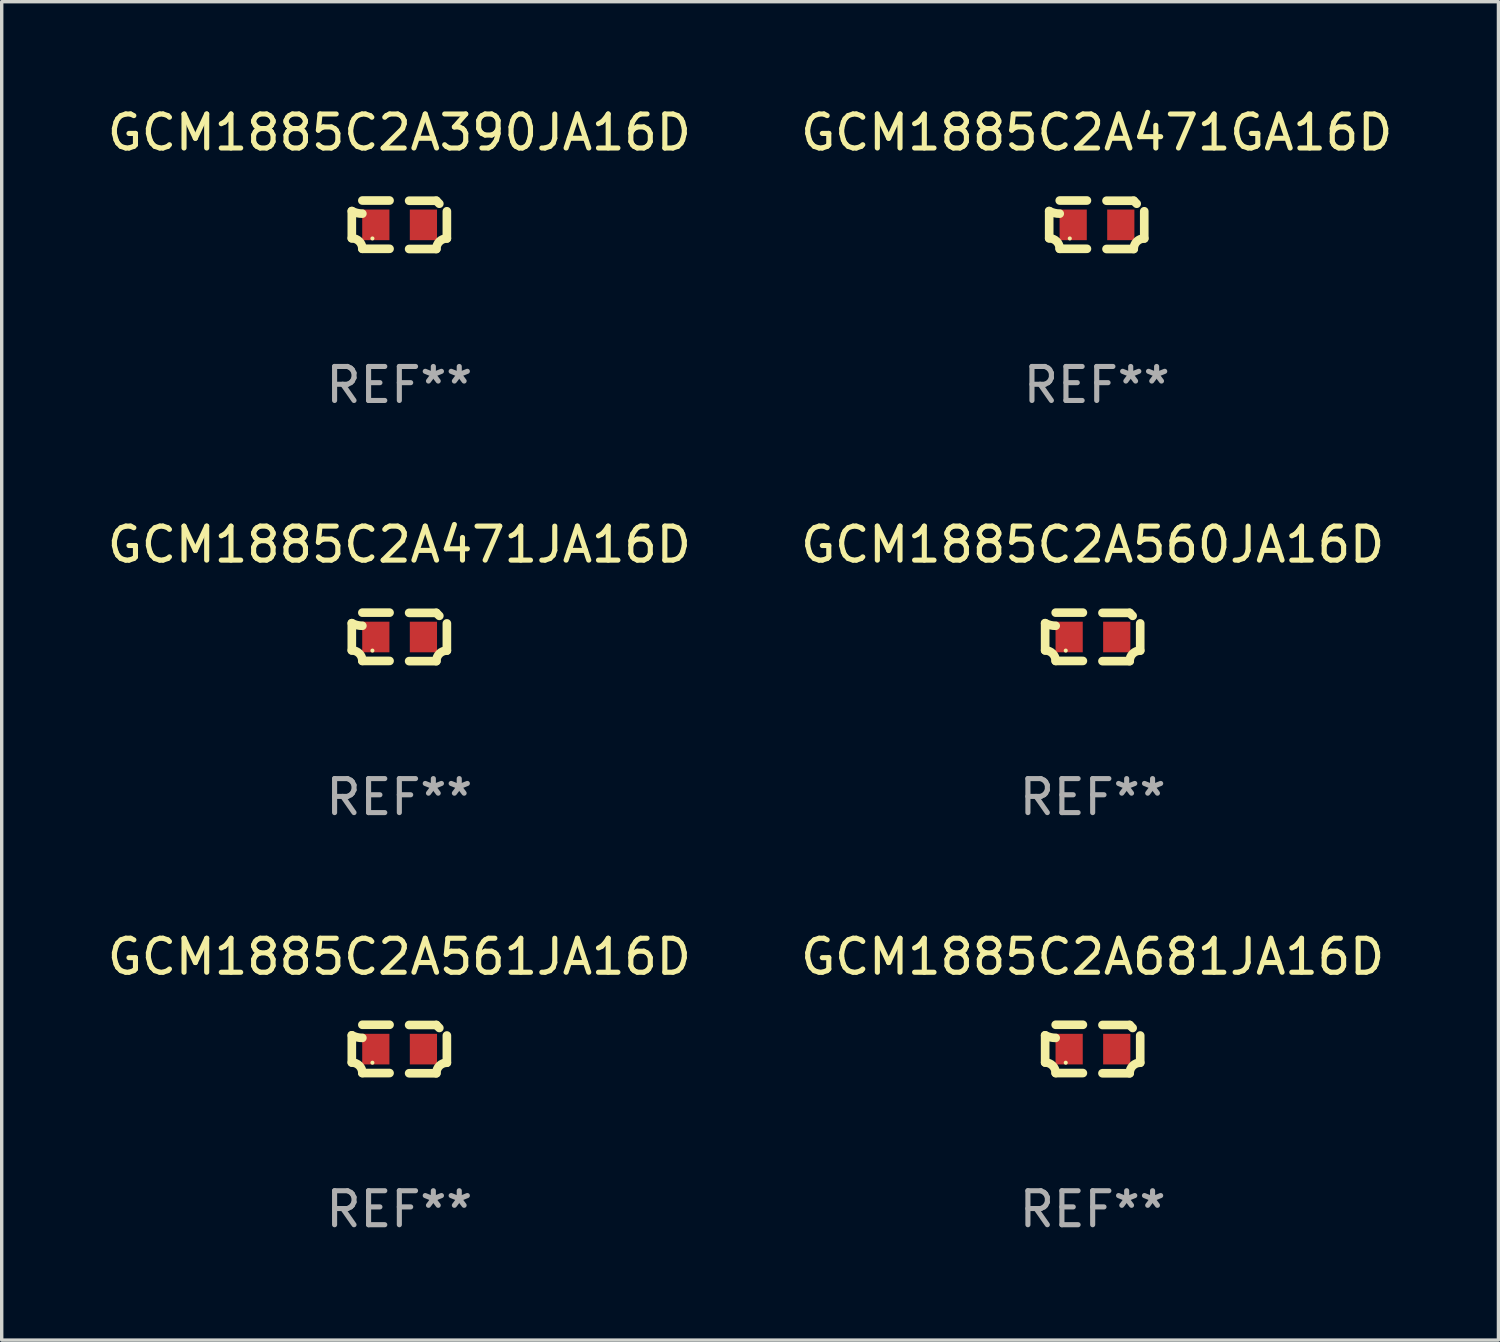
<source format=kicad_pcb>
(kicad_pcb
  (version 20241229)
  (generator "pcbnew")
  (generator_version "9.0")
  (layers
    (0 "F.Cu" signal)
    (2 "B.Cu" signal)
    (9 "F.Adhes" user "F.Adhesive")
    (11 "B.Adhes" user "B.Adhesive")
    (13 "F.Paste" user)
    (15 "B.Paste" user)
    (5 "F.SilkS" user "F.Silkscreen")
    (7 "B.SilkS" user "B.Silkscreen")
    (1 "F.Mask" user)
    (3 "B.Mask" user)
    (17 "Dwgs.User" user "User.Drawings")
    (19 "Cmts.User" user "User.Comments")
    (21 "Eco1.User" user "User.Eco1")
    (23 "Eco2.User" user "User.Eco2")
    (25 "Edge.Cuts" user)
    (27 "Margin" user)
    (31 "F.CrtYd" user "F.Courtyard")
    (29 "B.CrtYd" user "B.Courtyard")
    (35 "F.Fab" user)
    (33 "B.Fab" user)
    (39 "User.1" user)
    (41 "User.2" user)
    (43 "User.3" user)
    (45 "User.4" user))
  (footprint "GCM1885C2A560JA16D"
    (layer "F.Cu")
    (at 29.089 15.683)
    (property "Reference" "GCM1885C2A560JA16D" (at 0 -2.713 0) (layer "F.SilkS") (effects (font (size 1 1) (thickness 0.15))))
    (attr through_hole)
    (fp_line (start -1.398 -0.403) (end -1.398 0.397) (stroke (width 0.254) (type solid)) (layer "F.SilkS"))
    (fp_line (start -0.288 -0.713) (end -1.088 -0.713) (stroke (width 0.254) (type solid)) (layer "F.SilkS"))
    (fp_line (start -0.288 0.707) (end -1.088 0.707) (stroke (width 0.254) (type solid)) (layer "F.SilkS"))
    (fp_line (start 0.288 -0.707) (end 1.088 -0.707) (stroke (width 0.254) (type solid)) (layer "F.SilkS"))
    (fp_line (start 0.288 0.713) (end 1.088 0.713) (stroke (width 0.254) (type solid)) (layer "F.SilkS"))
    (fp_line (start 1.398 -0.397) (end 1.398 0.403) (stroke (width 0.254) (type solid)) (layer "F.SilkS"))
    (fp_arc (start -1.397789 0.397066) (mid -1.178701 0.487826) (end -1.08796 0.706922) (stroke (width 0.254001) (type solid)) (layer "F.SilkS"))
    (fp_arc (start -1.08796 -0.327176) (mid -1.247436 -0.346384) (end -1.39779 -0.402908) (stroke (width 0.254001) (type solid)) (layer "F.SilkS"))
    (fp_arc (start 1.087909 0.712738) (mid 1.178656 0.493655) (end 1.397739 0.402908) (stroke (width 0.254001) (type solid)) (layer "F.SilkS"))
    (fp_arc (start 1.175925 -0.618926) (mid 1.131917 -0.662923) (end 1.08791 -0.706922) (stroke (width 0.254001) (type solid)) (layer "F.SilkS"))
    (fp_circle (center -0.792 0.403) (end -0.762 0.403) (stroke (width 0.06) (type solid)) (fill no) (layer "F.SilkS"))
    (fp_text user "REF**" (at 0 4.713 0) (layer "F.Fab") (effects (font (size 1 1) (thickness 0.15))))
    (pad "1" smd rect (at -0.692 0.003) (size 0.8 0.9) (layers "F.Cu" "F.Mask" "F.Paste"))
    (pad "2" smd rect (at 0.708 0.003) (size 0.8 0.9) (layers "F.Cu" "F.Mask" "F.Paste")))
  (footprint "GCM1885C2A471JA16D"
    (layer "F.Cu")
    (at 8.696 15.683)
    (property "Reference" "GCM1885C2A471JA16D" (at 0 -2.713 0) (layer "F.SilkS") (effects (font (size 1 1) (thickness 0.15))))
    (attr through_hole)
    (fp_line (start -1.398 -0.403) (end -1.398 0.397) (stroke (width 0.254) (type solid)) (layer "F.SilkS"))
    (fp_line (start -0.288 -0.713) (end -1.088 -0.713) (stroke (width 0.254) (type solid)) (layer "F.SilkS"))
    (fp_line (start -0.288 0.707) (end -1.088 0.707) (stroke (width 0.254) (type solid)) (layer "F.SilkS"))
    (fp_line (start 0.288 -0.707) (end 1.088 -0.707) (stroke (width 0.254) (type solid)) (layer "F.SilkS"))
    (fp_line (start 0.288 0.713) (end 1.088 0.713) (stroke (width 0.254) (type solid)) (layer "F.SilkS"))
    (fp_line (start 1.398 -0.397) (end 1.398 0.403) (stroke (width 0.254) (type solid)) (layer "F.SilkS"))
    (fp_arc (start -1.397789 0.397066) (mid -1.178701 0.487826) (end -1.08796 0.706922) (stroke (width 0.254001) (type solid)) (layer "F.SilkS"))
    (fp_arc (start -1.08796 -0.327176) (mid -1.247436 -0.346384) (end -1.39779 -0.402908) (stroke (width 0.254001) (type solid)) (layer "F.SilkS"))
    (fp_arc (start 1.087909 0.712738) (mid 1.178656 0.493655) (end 1.397739 0.402908) (stroke (width 0.254001) (type solid)) (layer "F.SilkS"))
    (fp_arc (start 1.175925 -0.618926) (mid 1.131917 -0.662923) (end 1.08791 -0.706922) (stroke (width 0.254001) (type solid)) (layer "F.SilkS"))
    (fp_circle (center -0.792 0.403) (end -0.762 0.403) (stroke (width 0.06) (type solid)) (fill no) (layer "F.SilkS"))
    (fp_text user "REF**" (at 0 4.713 0) (layer "F.Fab") (effects (font (size 1 1) (thickness 0.15))))
    (pad "1" smd rect (at -0.692 0.003) (size 0.8 0.9) (layers "F.Cu" "F.Mask" "F.Paste"))
    (pad "2" smd rect (at 0.708 0.003) (size 0.8 0.9) (layers "F.Cu" "F.Mask" "F.Paste")))
  (footprint "GCM1885C2A561JA16D"
    (layer "F.Cu")
    (at 8.696 27.805)
    (property "Reference" "GCM1885C2A561JA16D" (at 0 -2.713 0) (layer "F.SilkS") (effects (font (size 1 1) (thickness 0.15))))
    (attr through_hole)
    (fp_line (start -1.398 -0.403) (end -1.398 0.397) (stroke (width 0.254) (type solid)) (layer "F.SilkS"))
    (fp_line (start -0.288 -0.713) (end -1.088 -0.713) (stroke (width 0.254) (type solid)) (layer "F.SilkS"))
    (fp_line (start -0.288 0.707) (end -1.088 0.707) (stroke (width 0.254) (type solid)) (layer "F.SilkS"))
    (fp_line (start 0.288 -0.707) (end 1.088 -0.707) (stroke (width 0.254) (type solid)) (layer "F.SilkS"))
    (fp_line (start 0.288 0.713) (end 1.088 0.713) (stroke (width 0.254) (type solid)) (layer "F.SilkS"))
    (fp_line (start 1.398 -0.397) (end 1.398 0.403) (stroke (width 0.254) (type solid)) (layer "F.SilkS"))
    (fp_arc (start -1.397789 0.397066) (mid -1.178701 0.487826) (end -1.08796 0.706922) (stroke (width 0.254001) (type solid)) (layer "F.SilkS"))
    (fp_arc (start -1.08796 -0.327176) (mid -1.247436 -0.346384) (end -1.39779 -0.402908) (stroke (width 0.254001) (type solid)) (layer "F.SilkS"))
    (fp_arc (start 1.087909 0.712738) (mid 1.178656 0.493655) (end 1.397739 0.402908) (stroke (width 0.254001) (type solid)) (layer "F.SilkS"))
    (fp_arc (start 1.175925 -0.618926) (mid 1.131917 -0.662923) (end 1.08791 -0.706922) (stroke (width 0.254001) (type solid)) (layer "F.SilkS"))
    (fp_circle (center -0.792 0.403) (end -0.762 0.403) (stroke (width 0.06) (type solid)) (fill no) (layer "F.SilkS"))
    (fp_text user "REF**" (at 0 4.713 0) (layer "F.Fab") (effects (font (size 1 1) (thickness 0.15))))
    (pad "1" smd rect (at -0.692 0.003) (size 0.8 0.9) (layers "F.Cu" "F.Mask" "F.Paste"))
    (pad "2" smd rect (at 0.708 0.003) (size 0.8 0.9) (layers "F.Cu" "F.Mask" "F.Paste")))
  (footprint "GCM1885C2A390JA16D"
    (layer "F.Cu")
    (at 8.696 3.561)
    (property "Reference" "GCM1885C2A390JA16D" (at 0 -2.713 0) (layer "F.SilkS") (effects (font (size 1 1) (thickness 0.15))))
    (attr through_hole)
    (fp_line (start -1.398 -0.403) (end -1.398 0.397) (stroke (width 0.254) (type solid)) (layer "F.SilkS"))
    (fp_line (start -0.288 -0.713) (end -1.088 -0.713) (stroke (width 0.254) (type solid)) (layer "F.SilkS"))
    (fp_line (start -0.288 0.707) (end -1.088 0.707) (stroke (width 0.254) (type solid)) (layer "F.SilkS"))
    (fp_line (start 0.288 -0.707) (end 1.088 -0.707) (stroke (width 0.254) (type solid)) (layer "F.SilkS"))
    (fp_line (start 0.288 0.713) (end 1.088 0.713) (stroke (width 0.254) (type solid)) (layer "F.SilkS"))
    (fp_line (start 1.398 -0.397) (end 1.398 0.403) (stroke (width 0.254) (type solid)) (layer "F.SilkS"))
    (fp_arc (start -1.397789 0.397066) (mid -1.178701 0.487826) (end -1.08796 0.706922) (stroke (width 0.254001) (type solid)) (layer "F.SilkS"))
    (fp_arc (start -1.08796 -0.327176) (mid -1.247436 -0.346384) (end -1.39779 -0.402908) (stroke (width 0.254001) (type solid)) (layer "F.SilkS"))
    (fp_arc (start 1.087909 0.712738) (mid 1.178656 0.493655) (end 1.397739 0.402908) (stroke (width 0.254001) (type solid)) (layer "F.SilkS"))
    (fp_arc (start 1.175925 -0.618926) (mid 1.131917 -0.662923) (end 1.08791 -0.706922) (stroke (width 0.254001) (type solid)) (layer "F.SilkS"))
    (fp_circle (center -0.792 0.403) (end -0.762 0.403) (stroke (width 0.06) (type solid)) (fill no) (layer "F.SilkS"))
    (fp_text user "REF**" (at 0 4.713 0) (layer "F.Fab") (effects (font (size 1 1) (thickness 0.15))))
    (pad "1" smd rect (at -0.692 0.003) (size 0.8 0.9) (layers "F.Cu" "F.Mask" "F.Paste"))
    (pad "2" smd rect (at 0.708 0.003) (size 0.8 0.9) (layers "F.Cu" "F.Mask" "F.Paste")))
  (footprint "GCM1885C2A471GA16D"
    (layer "F.Cu")
    (at 29.208 3.561)
    (property "Reference" "GCM1885C2A471GA16D" (at 0 -2.713 0) (layer "F.SilkS") (effects (font (size 1 1) (thickness 0.15))))
    (attr through_hole)
    (fp_line (start -1.398 -0.403) (end -1.398 0.397) (stroke (width 0.254) (type solid)) (layer "F.SilkS"))
    (fp_line (start -0.288 -0.713) (end -1.088 -0.713) (stroke (width 0.254) (type solid)) (layer "F.SilkS"))
    (fp_line (start -0.288 0.707) (end -1.088 0.707) (stroke (width 0.254) (type solid)) (layer "F.SilkS"))
    (fp_line (start 0.288 -0.707) (end 1.088 -0.707) (stroke (width 0.254) (type solid)) (layer "F.SilkS"))
    (fp_line (start 0.288 0.713) (end 1.088 0.713) (stroke (width 0.254) (type solid)) (layer "F.SilkS"))
    (fp_line (start 1.398 -0.397) (end 1.398 0.403) (stroke (width 0.254) (type solid)) (layer "F.SilkS"))
    (fp_arc (start -1.397789 0.397066) (mid -1.178701 0.487826) (end -1.08796 0.706922) (stroke (width 0.254001) (type solid)) (layer "F.SilkS"))
    (fp_arc (start -1.08796 -0.327176) (mid -1.247436 -0.346384) (end -1.39779 -0.402908) (stroke (width 0.254001) (type solid)) (layer "F.SilkS"))
    (fp_arc (start 1.087909 0.712738) (mid 1.178656 0.493655) (end 1.397739 0.402908) (stroke (width 0.254001) (type solid)) (layer "F.SilkS"))
    (fp_arc (start 1.175925 -0.618926) (mid 1.131917 -0.662923) (end 1.08791 -0.706922) (stroke (width 0.254001) (type solid)) (layer "F.SilkS"))
    (fp_circle (center -0.792 0.403) (end -0.762 0.403) (stroke (width 0.06) (type solid)) (fill no) (layer "F.SilkS"))
    (fp_text user "REF**" (at 0 4.713 0) (layer "F.Fab") (effects (font (size 1 1) (thickness 0.15))))
    (pad "1" smd rect (at -0.692 0.003) (size 0.8 0.9) (layers "F.Cu" "F.Mask" "F.Paste"))
    (pad "2" smd rect (at 0.708 0.003) (size 0.8 0.9) (layers "F.Cu" "F.Mask" "F.Paste")))
  (footprint "GCM1885C2A681JA16D"
    (layer "F.Cu")
    (at 29.089 27.805)
    (property "Reference" "GCM1885C2A681JA16D" (at 0 -2.713 0) (layer "F.SilkS") (effects (font (size 1 1) (thickness 0.15))))
    (attr through_hole)
    (fp_line (start -1.398 -0.403) (end -1.398 0.397) (stroke (width 0.254) (type solid)) (layer "F.SilkS"))
    (fp_line (start -0.288 -0.713) (end -1.088 -0.713) (stroke (width 0.254) (type solid)) (layer "F.SilkS"))
    (fp_line (start -0.288 0.707) (end -1.088 0.707) (stroke (width 0.254) (type solid)) (layer "F.SilkS"))
    (fp_line (start 0.288 -0.707) (end 1.088 -0.707) (stroke (width 0.254) (type solid)) (layer "F.SilkS"))
    (fp_line (start 0.288 0.713) (end 1.088 0.713) (stroke (width 0.254) (type solid)) (layer "F.SilkS"))
    (fp_line (start 1.398 -0.397) (end 1.398 0.403) (stroke (width 0.254) (type solid)) (layer "F.SilkS"))
    (fp_arc (start -1.397789 0.397066) (mid -1.178701 0.487826) (end -1.08796 0.706922) (stroke (width 0.254001) (type solid)) (layer "F.SilkS"))
    (fp_arc (start -1.08796 -0.327176) (mid -1.247436 -0.346384) (end -1.39779 -0.402908) (stroke (width 0.254001) (type solid)) (layer "F.SilkS"))
    (fp_arc (start 1.087909 0.712738) (mid 1.178656 0.493655) (end 1.397739 0.402908) (stroke (width 0.254001) (type solid)) (layer "F.SilkS"))
    (fp_arc (start 1.175925 -0.618926) (mid 1.131917 -0.662923) (end 1.08791 -0.706922) (stroke (width 0.254001) (type solid)) (layer "F.SilkS"))
    (fp_circle (center -0.792 0.403) (end -0.762 0.403) (stroke (width 0.06) (type solid)) (fill no) (layer "F.SilkS"))
    (fp_text user "REF**" (at 0 4.713 0) (layer "F.Fab") (effects (font (size 1 1) (thickness 0.15))))
    (pad "1" smd rect (at -0.692 0.003) (size 0.8 0.9) (layers "F.Cu" "F.Mask" "F.Paste"))
    (pad "2" smd rect (at 0.708 0.003) (size 0.8 0.9) (layers "F.Cu" "F.Mask" "F.Paste")))
  (gr_rect
    (start -3 -3)
    (end 41.024 36.366)
    (stroke (width 0.1) (type default))
    (fill no)
    (layer "Edge.Cuts")))
</source>
